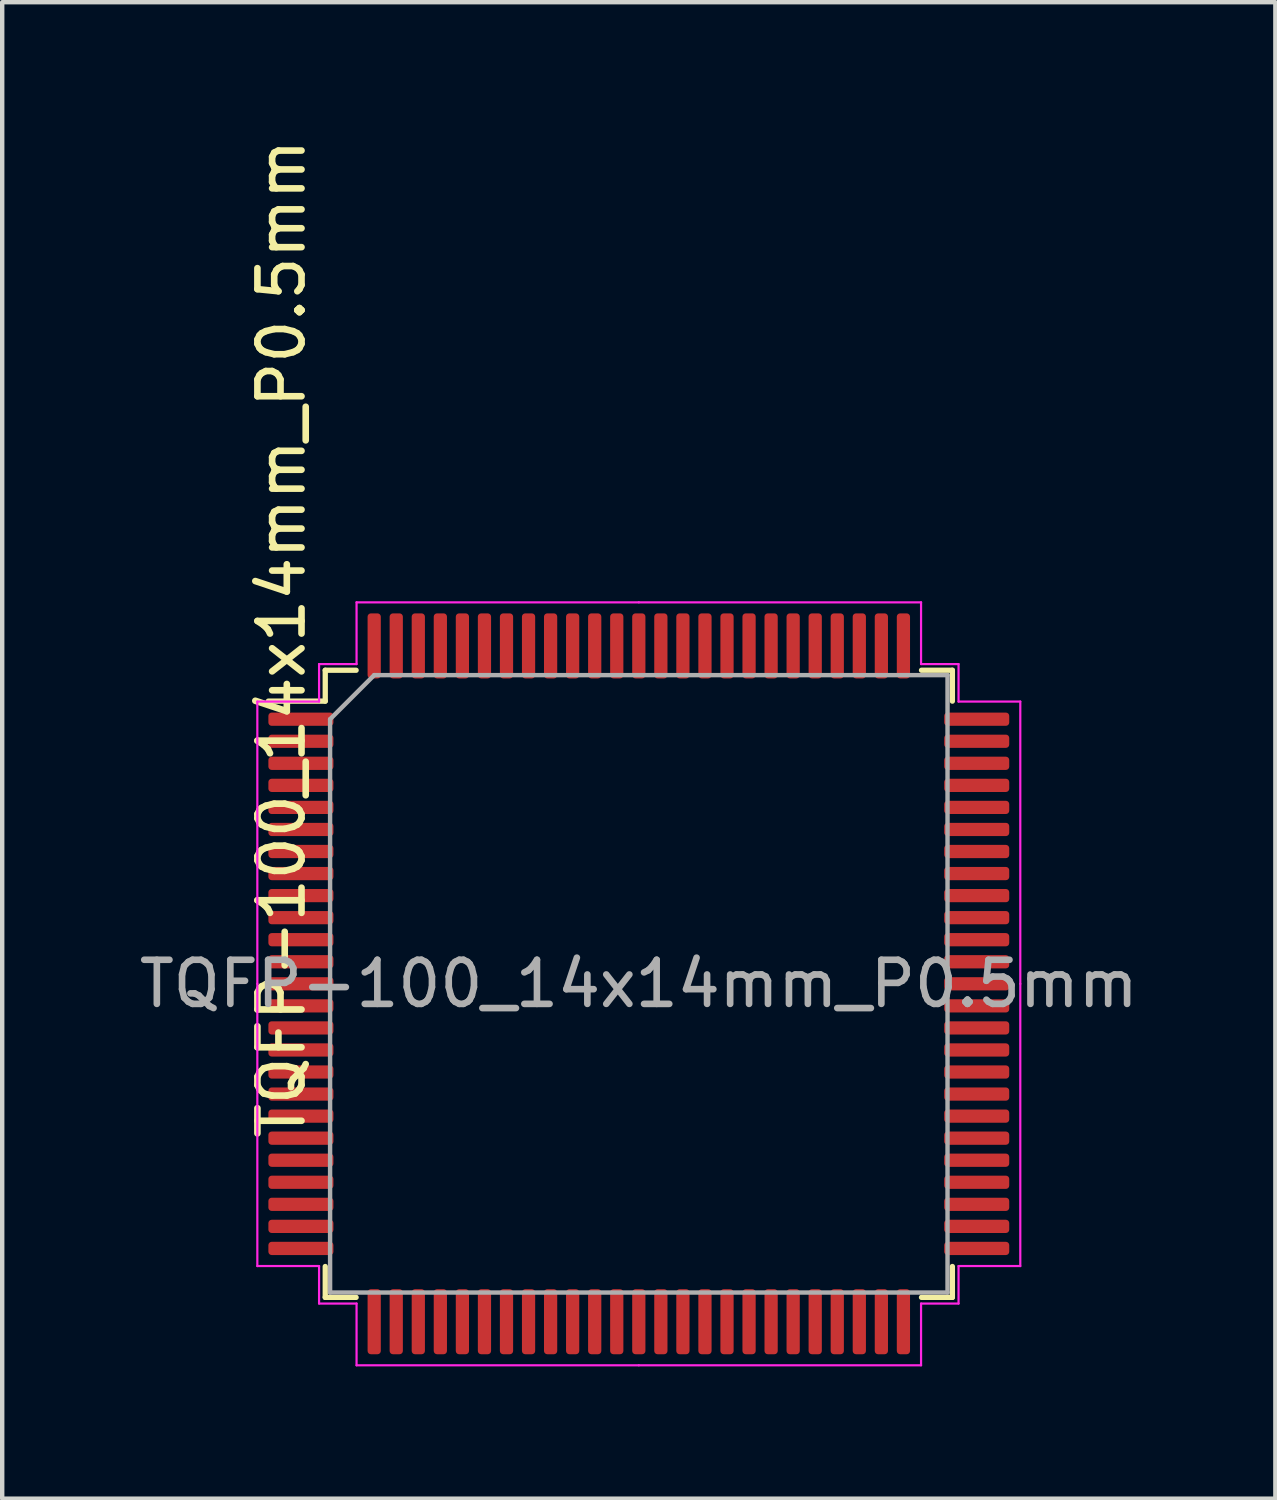
<source format=kicad_pcb>
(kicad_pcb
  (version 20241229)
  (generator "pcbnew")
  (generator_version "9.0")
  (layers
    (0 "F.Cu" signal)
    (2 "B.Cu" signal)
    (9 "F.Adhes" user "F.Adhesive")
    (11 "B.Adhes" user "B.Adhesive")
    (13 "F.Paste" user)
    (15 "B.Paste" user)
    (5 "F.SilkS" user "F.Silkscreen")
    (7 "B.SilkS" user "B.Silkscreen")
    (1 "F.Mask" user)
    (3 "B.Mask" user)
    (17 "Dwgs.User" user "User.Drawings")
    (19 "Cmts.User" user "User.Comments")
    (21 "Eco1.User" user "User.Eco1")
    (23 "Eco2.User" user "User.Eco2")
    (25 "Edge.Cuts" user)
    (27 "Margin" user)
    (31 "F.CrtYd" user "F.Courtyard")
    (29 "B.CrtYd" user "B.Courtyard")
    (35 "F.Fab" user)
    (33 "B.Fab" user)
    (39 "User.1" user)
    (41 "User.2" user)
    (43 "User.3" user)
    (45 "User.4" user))
  (footprint "TQFP-100_14x14mm_P0.5mm"
    (layer "F.Cu")
    (at 11.435 19.258)
    (property "Reference" "TQFP-100_14x14mm_P0.5mm" (at -8.103 -7.823 90) (layer "F.SilkS") (effects (font (size 1 1) (thickness 0.15))))
    (attr smd)
    (fp_line (start -7.11 -7.11) (end -7.11 -6.41) (stroke (width 0.12) (type solid)) (layer "F.SilkS"))
    (fp_line (start -7.11 -6.41) (end -8.4 -6.41) (stroke (width 0.12) (type solid)) (layer "F.SilkS"))
    (fp_line (start -7.11 7.11) (end -7.11 6.41) (stroke (width 0.12) (type solid)) (layer "F.SilkS"))
    (fp_line (start -6.41 -7.11) (end -7.11 -7.11) (stroke (width 0.12) (type solid)) (layer "F.SilkS"))
    (fp_line (start -6.41 7.11) (end -7.11 7.11) (stroke (width 0.12) (type solid)) (layer "F.SilkS"))
    (fp_line (start 6.41 -7.11) (end 7.11 -7.11) (stroke (width 0.12) (type solid)) (layer "F.SilkS"))
    (fp_line (start 6.41 7.11) (end 7.11 7.11) (stroke (width 0.12) (type solid)) (layer "F.SilkS"))
    (fp_line (start 7.11 -7.11) (end 7.11 -6.41) (stroke (width 0.12) (type solid)) (layer "F.SilkS"))
    (fp_line (start 7.11 7.11) (end 7.11 6.41) (stroke (width 0.12) (type solid)) (layer "F.SilkS"))
    (fp_line (start -8.65 -6.4) (end -8.65 0) (stroke (width 0.05) (type solid)) (layer "F.CrtYd"))
    (fp_line (start -8.65 6.4) (end -8.65 0) (stroke (width 0.05) (type solid)) (layer "F.CrtYd"))
    (fp_line (start -7.25 -7.25) (end -7.25 -6.4) (stroke (width 0.05) (type solid)) (layer "F.CrtYd"))
    (fp_line (start -7.25 -6.4) (end -8.65 -6.4) (stroke (width 0.05) (type solid)) (layer "F.CrtYd"))
    (fp_line (start -7.25 6.4) (end -8.65 6.4) (stroke (width 0.05) (type solid)) (layer "F.CrtYd"))
    (fp_line (start -7.25 7.25) (end -7.25 6.4) (stroke (width 0.05) (type solid)) (layer "F.CrtYd"))
    (fp_line (start -6.4 -8.65) (end -6.4 -7.25) (stroke (width 0.05) (type solid)) (layer "F.CrtYd"))
    (fp_line (start -6.4 -7.25) (end -7.25 -7.25) (stroke (width 0.05) (type solid)) (layer "F.CrtYd"))
    (fp_line (start -6.4 7.25) (end -7.25 7.25) (stroke (width 0.05) (type solid)) (layer "F.CrtYd"))
    (fp_line (start -6.4 8.65) (end -6.4 7.25) (stroke (width 0.05) (type solid)) (layer "F.CrtYd"))
    (fp_line (start 0 -8.65) (end -6.4 -8.65) (stroke (width 0.05) (type solid)) (layer "F.CrtYd"))
    (fp_line (start 0 -8.65) (end 6.4 -8.65) (stroke (width 0.05) (type solid)) (layer "F.CrtYd"))
    (fp_line (start 0 8.65) (end -6.4 8.65) (stroke (width 0.05) (type solid)) (layer "F.CrtYd"))
    (fp_line (start 0 8.65) (end 6.4 8.65) (stroke (width 0.05) (type solid)) (layer "F.CrtYd"))
    (fp_line (start 6.4 -8.65) (end 6.4 -7.25) (stroke (width 0.05) (type solid)) (layer "F.CrtYd"))
    (fp_line (start 6.4 -7.25) (end 7.25 -7.25) (stroke (width 0.05) (type solid)) (layer "F.CrtYd"))
    (fp_line (start 6.4 7.25) (end 7.25 7.25) (stroke (width 0.05) (type solid)) (layer "F.CrtYd"))
    (fp_line (start 6.4 8.65) (end 6.4 7.25) (stroke (width 0.05) (type solid)) (layer "F.CrtYd"))
    (fp_line (start 7.25 -7.25) (end 7.25 -6.4) (stroke (width 0.05) (type solid)) (layer "F.CrtYd"))
    (fp_line (start 7.25 -6.4) (end 8.65 -6.4) (stroke (width 0.05) (type solid)) (layer "F.CrtYd"))
    (fp_line (start 7.25 6.4) (end 8.65 6.4) (stroke (width 0.05) (type solid)) (layer "F.CrtYd"))
    (fp_line (start 7.25 7.25) (end 7.25 6.4) (stroke (width 0.05) (type solid)) (layer "F.CrtYd"))
    (fp_line (start 8.65 -6.4) (end 8.65 0) (stroke (width 0.05) (type solid)) (layer "F.CrtYd"))
    (fp_line (start 8.65 6.4) (end 8.65 0) (stroke (width 0.05) (type solid)) (layer "F.CrtYd"))
    (fp_line (start -7 -6) (end -6 -7) (stroke (width 0.1) (type solid)) (layer "F.Fab"))
    (fp_line (start -7 7) (end -7 -6) (stroke (width 0.1) (type solid)) (layer "F.Fab"))
    (fp_line (start -6 -7) (end 7 -7) (stroke (width 0.1) (type solid)) (layer "F.Fab"))
    (fp_line (start 7 -7) (end 7 7) (stroke (width 0.1) (type solid)) (layer "F.Fab"))
    (fp_line (start 7 7) (end -7 7) (stroke (width 0.1) (type solid)) (layer "F.Fab"))
    (fp_text user "${REFERENCE}" (at 0 0 0) (layer "F.Fab") (effects (font (size 1 1) (thickness 0.15))))
    (pad "1" smd roundrect (at -7.662 -6) (size 1.475 0.3) (layers "F.Cu" "F.Mask" "F.Paste") (roundrect_rratio 0.25))
    (pad "2" smd roundrect (at -7.662 -5.5) (size 1.475 0.3) (layers "F.Cu" "F.Mask" "F.Paste") (roundrect_rratio 0.25))
    (pad "3" smd roundrect (at -7.662 -5) (size 1.475 0.3) (layers "F.Cu" "F.Mask" "F.Paste") (roundrect_rratio 0.25))
    (pad "4" smd roundrect (at -7.662 -4.5) (size 1.475 0.3) (layers "F.Cu" "F.Mask" "F.Paste") (roundrect_rratio 0.25))
    (pad "5" smd roundrect (at -7.662 -4) (size 1.475 0.3) (layers "F.Cu" "F.Mask" "F.Paste") (roundrect_rratio 0.25))
    (pad "6" smd roundrect (at -7.662 -3.5) (size 1.475 0.3) (layers "F.Cu" "F.Mask" "F.Paste") (roundrect_rratio 0.25))
    (pad "7" smd roundrect (at -7.662 -3) (size 1.475 0.3) (layers "F.Cu" "F.Mask" "F.Paste") (roundrect_rratio 0.25))
    (pad "8" smd roundrect (at -7.662 -2.5) (size 1.475 0.3) (layers "F.Cu" "F.Mask" "F.Paste") (roundrect_rratio 0.25))
    (pad "9" smd roundrect (at -7.662 -2) (size 1.475 0.3) (layers "F.Cu" "F.Mask" "F.Paste") (roundrect_rratio 0.25))
    (pad "10" smd roundrect (at -7.662 -1.5) (size 1.475 0.3) (layers "F.Cu" "F.Mask" "F.Paste") (roundrect_rratio 0.25))
    (pad "11" smd roundrect (at -7.662 -1) (size 1.475 0.3) (layers "F.Cu" "F.Mask" "F.Paste") (roundrect_rratio 0.25))
    (pad "12" smd roundrect (at -7.662 -0.5) (size 1.475 0.3) (layers "F.Cu" "F.Mask" "F.Paste") (roundrect_rratio 0.25))
    (pad "13" smd roundrect (at -7.662 0) (size 1.475 0.3) (layers "F.Cu" "F.Mask" "F.Paste") (roundrect_rratio 0.25))
    (pad "14" smd roundrect (at -7.662 0.5) (size 1.475 0.3) (layers "F.Cu" "F.Mask" "F.Paste") (roundrect_rratio 0.25))
    (pad "15" smd roundrect (at -7.662 1) (size 1.475 0.3) (layers "F.Cu" "F.Mask" "F.Paste") (roundrect_rratio 0.25))
    (pad "16" smd roundrect (at -7.662 1.5) (size 1.475 0.3) (layers "F.Cu" "F.Mask" "F.Paste") (roundrect_rratio 0.25))
    (pad "17" smd roundrect (at -7.662 2) (size 1.475 0.3) (layers "F.Cu" "F.Mask" "F.Paste") (roundrect_rratio 0.25))
    (pad "18" smd roundrect (at -7.662 2.5) (size 1.475 0.3) (layers "F.Cu" "F.Mask" "F.Paste") (roundrect_rratio 0.25))
    (pad "19" smd roundrect (at -7.662 3) (size 1.475 0.3) (layers "F.Cu" "F.Mask" "F.Paste") (roundrect_rratio 0.25))
    (pad "20" smd roundrect (at -7.662 3.5) (size 1.475 0.3) (layers "F.Cu" "F.Mask" "F.Paste") (roundrect_rratio 0.25))
    (pad "21" smd roundrect (at -7.662 4) (size 1.475 0.3) (layers "F.Cu" "F.Mask" "F.Paste") (roundrect_rratio 0.25))
    (pad "22" smd roundrect (at -7.662 4.5) (size 1.475 0.3) (layers "F.Cu" "F.Mask" "F.Paste") (roundrect_rratio 0.25))
    (pad "23" smd roundrect (at -7.662 5) (size 1.475 0.3) (layers "F.Cu" "F.Mask" "F.Paste") (roundrect_rratio 0.25))
    (pad "24" smd roundrect (at -7.662 5.5) (size 1.475 0.3) (layers "F.Cu" "F.Mask" "F.Paste") (roundrect_rratio 0.25))
    (pad "25" smd roundrect (at -7.662 6) (size 1.475 0.3) (layers "F.Cu" "F.Mask" "F.Paste") (roundrect_rratio 0.25))
    (pad "26" smd roundrect (at -6 7.662) (size 0.3 1.475) (layers "F.Cu" "F.Mask" "F.Paste") (roundrect_rratio 0.25))
    (pad "27" smd roundrect (at -5.5 7.662) (size 0.3 1.475) (layers "F.Cu" "F.Mask" "F.Paste") (roundrect_rratio 0.25))
    (pad "28" smd roundrect (at -5 7.662) (size 0.3 1.475) (layers "F.Cu" "F.Mask" "F.Paste") (roundrect_rratio 0.25))
    (pad "29" smd roundrect (at -4.5 7.662) (size 0.3 1.475) (layers "F.Cu" "F.Mask" "F.Paste") (roundrect_rratio 0.25))
    (pad "30" smd roundrect (at -4 7.662) (size 0.3 1.475) (layers "F.Cu" "F.Mask" "F.Paste") (roundrect_rratio 0.25))
    (pad "31" smd roundrect (at -3.5 7.662) (size 0.3 1.475) (layers "F.Cu" "F.Mask" "F.Paste") (roundrect_rratio 0.25))
    (pad "32" smd roundrect (at -3 7.662) (size 0.3 1.475) (layers "F.Cu" "F.Mask" "F.Paste") (roundrect_rratio 0.25))
    (pad "33" smd roundrect (at -2.5 7.662) (size 0.3 1.475) (layers "F.Cu" "F.Mask" "F.Paste") (roundrect_rratio 0.25))
    (pad "34" smd roundrect (at -2 7.662) (size 0.3 1.475) (layers "F.Cu" "F.Mask" "F.Paste") (roundrect_rratio 0.25))
    (pad "35" smd roundrect (at -1.5 7.662) (size 0.3 1.475) (layers "F.Cu" "F.Mask" "F.Paste") (roundrect_rratio 0.25))
    (pad "36" smd roundrect (at -1 7.662) (size 0.3 1.475) (layers "F.Cu" "F.Mask" "F.Paste") (roundrect_rratio 0.25))
    (pad "37" smd roundrect (at -0.5 7.662) (size 0.3 1.475) (layers "F.Cu" "F.Mask" "F.Paste") (roundrect_rratio 0.25))
    (pad "38" smd roundrect (at 0 7.662) (size 0.3 1.475) (layers "F.Cu" "F.Mask" "F.Paste") (roundrect_rratio 0.25))
    (pad "39" smd roundrect (at 0.5 7.662) (size 0.3 1.475) (layers "F.Cu" "F.Mask" "F.Paste") (roundrect_rratio 0.25))
    (pad "40" smd roundrect (at 1 7.662) (size 0.3 1.475) (layers "F.Cu" "F.Mask" "F.Paste") (roundrect_rratio 0.25))
    (pad "41" smd roundrect (at 1.5 7.662) (size 0.3 1.475) (layers "F.Cu" "F.Mask" "F.Paste") (roundrect_rratio 0.25))
    (pad "42" smd roundrect (at 2 7.662) (size 0.3 1.475) (layers "F.Cu" "F.Mask" "F.Paste") (roundrect_rratio 0.25))
    (pad "43" smd roundrect (at 2.5 7.662) (size 0.3 1.475) (layers "F.Cu" "F.Mask" "F.Paste") (roundrect_rratio 0.25))
    (pad "44" smd roundrect (at 3 7.662) (size 0.3 1.475) (layers "F.Cu" "F.Mask" "F.Paste") (roundrect_rratio 0.25))
    (pad "45" smd roundrect (at 3.5 7.662) (size 0.3 1.475) (layers "F.Cu" "F.Mask" "F.Paste") (roundrect_rratio 0.25))
    (pad "46" smd roundrect (at 4 7.662) (size 0.3 1.475) (layers "F.Cu" "F.Mask" "F.Paste") (roundrect_rratio 0.25))
    (pad "47" smd roundrect (at 4.5 7.662) (size 0.3 1.475) (layers "F.Cu" "F.Mask" "F.Paste") (roundrect_rratio 0.25))
    (pad "48" smd roundrect (at 5 7.662) (size 0.3 1.475) (layers "F.Cu" "F.Mask" "F.Paste") (roundrect_rratio 0.25))
    (pad "49" smd roundrect (at 5.5 7.662) (size 0.3 1.475) (layers "F.Cu" "F.Mask" "F.Paste") (roundrect_rratio 0.25))
    (pad "50" smd roundrect (at 6 7.662) (size 0.3 1.475) (layers "F.Cu" "F.Mask" "F.Paste") (roundrect_rratio 0.25))
    (pad "51" smd roundrect (at 7.662 6) (size 1.475 0.3) (layers "F.Cu" "F.Mask" "F.Paste") (roundrect_rratio 0.25))
    (pad "52" smd roundrect (at 7.662 5.5) (size 1.475 0.3) (layers "F.Cu" "F.Mask" "F.Paste") (roundrect_rratio 0.25))
    (pad "53" smd roundrect (at 7.662 5) (size 1.475 0.3) (layers "F.Cu" "F.Mask" "F.Paste") (roundrect_rratio 0.25))
    (pad "54" smd roundrect (at 7.662 4.5) (size 1.475 0.3) (layers "F.Cu" "F.Mask" "F.Paste") (roundrect_rratio 0.25))
    (pad "55" smd roundrect (at 7.662 4) (size 1.475 0.3) (layers "F.Cu" "F.Mask" "F.Paste") (roundrect_rratio 0.25))
    (pad "56" smd roundrect (at 7.662 3.5) (size 1.475 0.3) (layers "F.Cu" "F.Mask" "F.Paste") (roundrect_rratio 0.25))
    (pad "57" smd roundrect (at 7.662 3) (size 1.475 0.3) (layers "F.Cu" "F.Mask" "F.Paste") (roundrect_rratio 0.25))
    (pad "58" smd roundrect (at 7.662 2.5) (size 1.475 0.3) (layers "F.Cu" "F.Mask" "F.Paste") (roundrect_rratio 0.25))
    (pad "59" smd roundrect (at 7.662 2) (size 1.475 0.3) (layers "F.Cu" "F.Mask" "F.Paste") (roundrect_rratio 0.25))
    (pad "60" smd roundrect (at 7.662 1.5) (size 1.475 0.3) (layers "F.Cu" "F.Mask" "F.Paste") (roundrect_rratio 0.25))
    (pad "61" smd roundrect (at 7.662 1) (size 1.475 0.3) (layers "F.Cu" "F.Mask" "F.Paste") (roundrect_rratio 0.25))
    (pad "62" smd roundrect (at 7.662 0.5) (size 1.475 0.3) (layers "F.Cu" "F.Mask" "F.Paste") (roundrect_rratio 0.25))
    (pad "63" smd roundrect (at 7.662 0) (size 1.475 0.3) (layers "F.Cu" "F.Mask" "F.Paste") (roundrect_rratio 0.25))
    (pad "64" smd roundrect (at 7.662 -0.5) (size 1.475 0.3) (layers "F.Cu" "F.Mask" "F.Paste") (roundrect_rratio 0.25))
    (pad "65" smd roundrect (at 7.662 -1) (size 1.475 0.3) (layers "F.Cu" "F.Mask" "F.Paste") (roundrect_rratio 0.25))
    (pad "66" smd roundrect (at 7.662 -1.5) (size 1.475 0.3) (layers "F.Cu" "F.Mask" "F.Paste") (roundrect_rratio 0.25))
    (pad "67" smd roundrect (at 7.662 -2) (size 1.475 0.3) (layers "F.Cu" "F.Mask" "F.Paste") (roundrect_rratio 0.25))
    (pad "68" smd roundrect (at 7.662 -2.5) (size 1.475 0.3) (layers "F.Cu" "F.Mask" "F.Paste") (roundrect_rratio 0.25))
    (pad "69" smd roundrect (at 7.662 -3) (size 1.475 0.3) (layers "F.Cu" "F.Mask" "F.Paste") (roundrect_rratio 0.25))
    (pad "70" smd roundrect (at 7.662 -3.5) (size 1.475 0.3) (layers "F.Cu" "F.Mask" "F.Paste") (roundrect_rratio 0.25))
    (pad "71" smd roundrect (at 7.662 -4) (size 1.475 0.3) (layers "F.Cu" "F.Mask" "F.Paste") (roundrect_rratio 0.25))
    (pad "72" smd roundrect (at 7.662 -4.5) (size 1.475 0.3) (layers "F.Cu" "F.Mask" "F.Paste") (roundrect_rratio 0.25))
    (pad "73" smd roundrect (at 7.662 -5) (size 1.475 0.3) (layers "F.Cu" "F.Mask" "F.Paste") (roundrect_rratio 0.25))
    (pad "74" smd roundrect (at 7.662 -5.5) (size 1.475 0.3) (layers "F.Cu" "F.Mask" "F.Paste") (roundrect_rratio 0.25))
    (pad "75" smd roundrect (at 7.662 -6) (size 1.475 0.3) (layers "F.Cu" "F.Mask" "F.Paste") (roundrect_rratio 0.25))
    (pad "76" smd roundrect (at 6 -7.662) (size 0.3 1.475) (layers "F.Cu" "F.Mask" "F.Paste") (roundrect_rratio 0.25))
    (pad "77" smd roundrect (at 5.5 -7.662) (size 0.3 1.475) (layers "F.Cu" "F.Mask" "F.Paste") (roundrect_rratio 0.25))
    (pad "78" smd roundrect (at 5 -7.662) (size 0.3 1.475) (layers "F.Cu" "F.Mask" "F.Paste") (roundrect_rratio 0.25))
    (pad "79" smd roundrect (at 4.5 -7.662) (size 0.3 1.475) (layers "F.Cu" "F.Mask" "F.Paste") (roundrect_rratio 0.25))
    (pad "80" smd roundrect (at 4 -7.662) (size 0.3 1.475) (layers "F.Cu" "F.Mask" "F.Paste") (roundrect_rratio 0.25))
    (pad "81" smd roundrect (at 3.5 -7.662) (size 0.3 1.475) (layers "F.Cu" "F.Mask" "F.Paste") (roundrect_rratio 0.25))
    (pad "82" smd roundrect (at 3 -7.662) (size 0.3 1.475) (layers "F.Cu" "F.Mask" "F.Paste") (roundrect_rratio 0.25))
    (pad "83" smd roundrect (at 2.5 -7.662) (size 0.3 1.475) (layers "F.Cu" "F.Mask" "F.Paste") (roundrect_rratio 0.25))
    (pad "84" smd roundrect (at 2 -7.662) (size 0.3 1.475) (layers "F.Cu" "F.Mask" "F.Paste") (roundrect_rratio 0.25))
    (pad "85" smd roundrect (at 1.5 -7.662) (size 0.3 1.475) (layers "F.Cu" "F.Mask" "F.Paste") (roundrect_rratio 0.25))
    (pad "86" smd roundrect (at 1 -7.662) (size 0.3 1.475) (layers "F.Cu" "F.Mask" "F.Paste") (roundrect_rratio 0.25))
    (pad "87" smd roundrect (at 0.5 -7.662) (size 0.3 1.475) (layers "F.Cu" "F.Mask" "F.Paste") (roundrect_rratio 0.25))
    (pad "88" smd roundrect (at 0 -7.662) (size 0.3 1.475) (layers "F.Cu" "F.Mask" "F.Paste") (roundrect_rratio 0.25))
    (pad "89" smd roundrect (at -0.5 -7.662) (size 0.3 1.475) (layers "F.Cu" "F.Mask" "F.Paste") (roundrect_rratio 0.25))
    (pad "90" smd roundrect (at -1 -7.662) (size 0.3 1.475) (layers "F.Cu" "F.Mask" "F.Paste") (roundrect_rratio 0.25))
    (pad "91" smd roundrect (at -1.5 -7.662) (size 0.3 1.475) (layers "F.Cu" "F.Mask" "F.Paste") (roundrect_rratio 0.25))
    (pad "92" smd roundrect (at -2 -7.662) (size 0.3 1.475) (layers "F.Cu" "F.Mask" "F.Paste") (roundrect_rratio 0.25))
    (pad "93" smd roundrect (at -2.5 -7.662) (size 0.3 1.475) (layers "F.Cu" "F.Mask" "F.Paste") (roundrect_rratio 0.25))
    (pad "94" smd roundrect (at -3 -7.662) (size 0.3 1.475) (layers "F.Cu" "F.Mask" "F.Paste") (roundrect_rratio 0.25))
    (pad "95" smd roundrect (at -3.5 -7.662) (size 0.3 1.475) (layers "F.Cu" "F.Mask" "F.Paste") (roundrect_rratio 0.25))
    (pad "96" smd roundrect (at -4 -7.662) (size 0.3 1.475) (layers "F.Cu" "F.Mask" "F.Paste") (roundrect_rratio 0.25))
    (pad "97" smd roundrect (at -4.5 -7.662) (size 0.3 1.475) (layers "F.Cu" "F.Mask" "F.Paste") (roundrect_rratio 0.25))
    (pad "98" smd roundrect (at -5 -7.662) (size 0.3 1.475) (layers "F.Cu" "F.Mask" "F.Paste") (roundrect_rratio 0.25))
    (pad "99" smd roundrect (at -5.5 -7.662) (size 0.3 1.475) (layers "F.Cu" "F.Mask" "F.Paste") (roundrect_rratio 0.25))
    (pad "100" smd roundrect (at -6 -7.662) (size 0.3 1.475) (layers "F.Cu" "F.Mask" "F.Paste") (roundrect_rratio 0.25)))
  (gr_rect
    (start -3 -3)
    (end 25.869 30.933)
    (stroke (width 0.1) (type default))
    (fill no)
    (layer "Edge.Cuts")))
</source>
